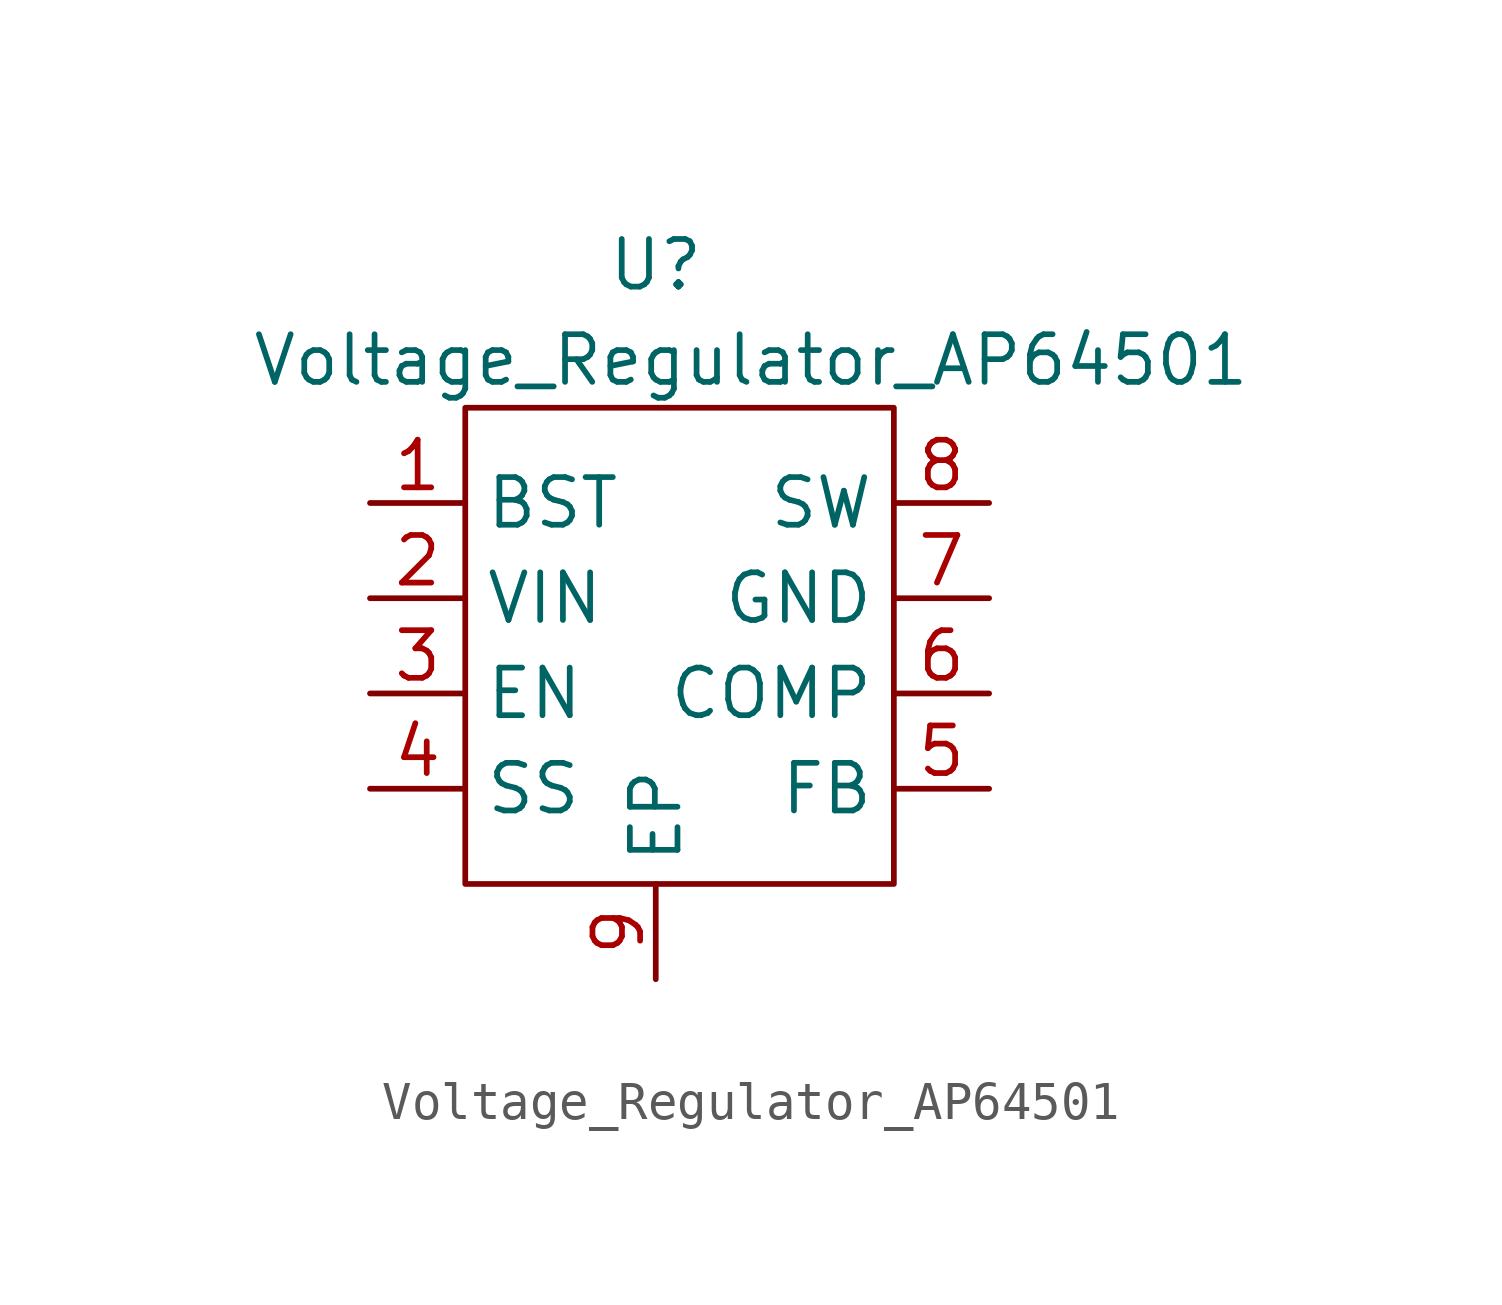
<source format=kicad_sym>
(kicad_symbol_lib
  (version 20201005)
  (generator kicad_symbol_editor)
  (symbol "NB3_power:Voltage_Regulator_AP64501"
    (property "Reference" "U"
      (at 5.08 3.81 0)
      (effects (font (size 1.27 1.27))))
    (property "Value" "Voltage_Regulator_AP64501"
      (at 7.62 1.27 0)
      (effects (font (size 1.27 1.27))))
    (symbol "Voltage_Regulator_AP64501_0_1"
      (rectangle (start 0 0) (end 11.43 -12.7) (stroke (width 0)) (fill (type none))))
    (symbol "Voltage_Regulator_AP64501_1_1"
      (pin passive line (at -2.54 -2.54 0) (length 2.54) (name "BST" (effects (font (size 1.27 1.27)))) (number "1" (effects (font (size 1.27 1.27)))))
      (pin power_in line (at -2.54 -5.08 0) (length 2.54) (name "VIN" (effects (font (size 1.27 1.27)))) (number "2" (effects (font (size 1.27 1.27)))))
      (pin input line (at -2.54 -7.62 0) (length 2.54) (name "EN" (effects (font (size 1.27 1.27)))) (number "3" (effects (font (size 1.27 1.27)))))
      (pin input line (at -2.54 -10.16 0) (length 2.54) (name "SS" (effects (font (size 1.27 1.27)))) (number "4" (effects (font (size 1.27 1.27)))))
      (pin input line (at 13.97 -10.16 180) (length 2.54) (name "FB" (effects (font (size 1.27 1.27)))) (number "5" (effects (font (size 1.27 1.27)))))
      (pin input line (at 13.97 -7.62 180) (length 2.54) (name "COMP" (effects (font (size 1.27 1.27)))) (number "6" (effects (font (size 1.27 1.27)))))
      (pin power_in line (at 13.97 -5.08 180) (length 2.54) (name "GND" (effects (font (size 1.27 1.27)))) (number "7" (effects (font (size 1.27 1.27)))))
      (pin output line (at 13.97 -2.54 180) (length 2.54) (name "SW" (effects (font (size 1.27 1.27)))) (number "8" (effects (font (size 1.27 1.27)))))
      (pin passive line (at 5.08 -15.24 90) (length 2.54) (name "EP" (effects (font (size 1.27 1.27)))) (number "9" (effects (font (size 1.27 1.27))))))))
</source>
